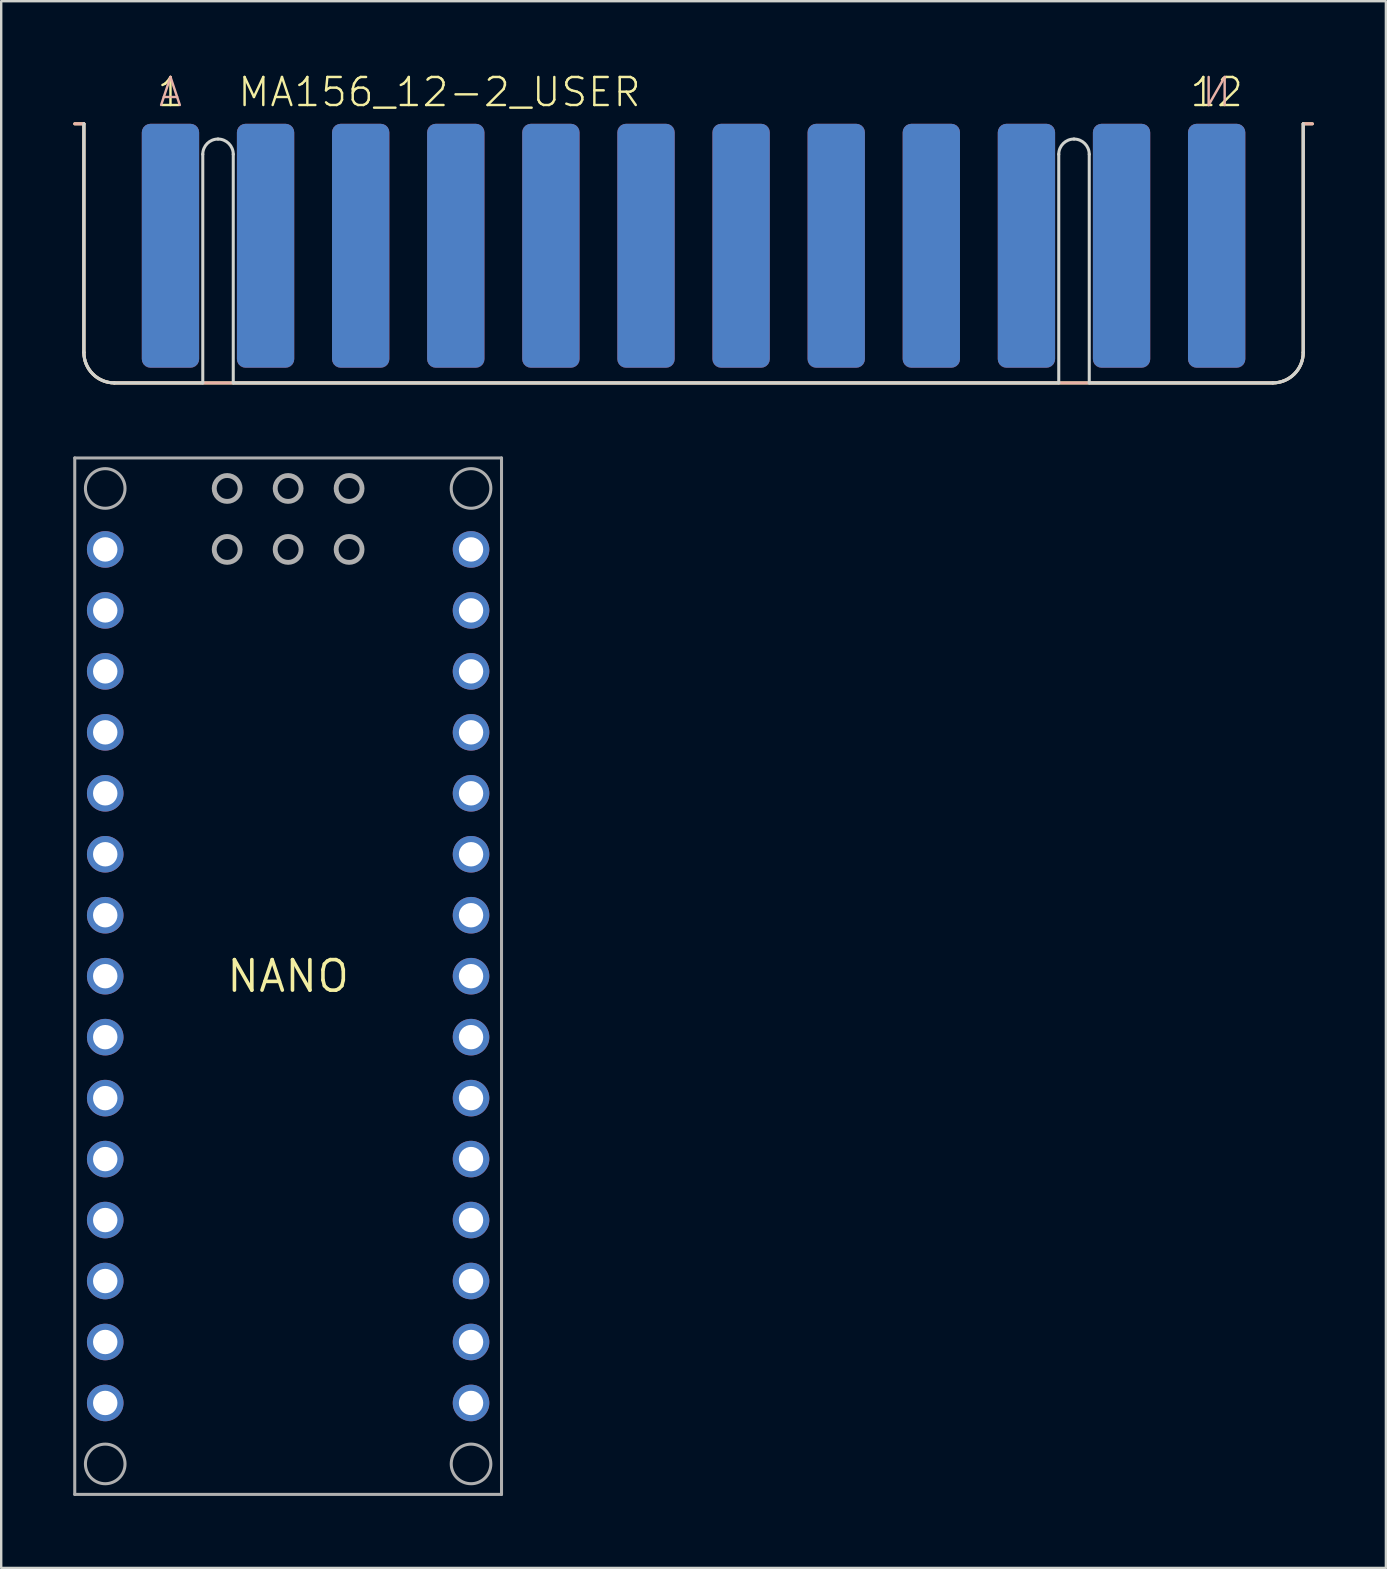
<source format=kicad_pcb>
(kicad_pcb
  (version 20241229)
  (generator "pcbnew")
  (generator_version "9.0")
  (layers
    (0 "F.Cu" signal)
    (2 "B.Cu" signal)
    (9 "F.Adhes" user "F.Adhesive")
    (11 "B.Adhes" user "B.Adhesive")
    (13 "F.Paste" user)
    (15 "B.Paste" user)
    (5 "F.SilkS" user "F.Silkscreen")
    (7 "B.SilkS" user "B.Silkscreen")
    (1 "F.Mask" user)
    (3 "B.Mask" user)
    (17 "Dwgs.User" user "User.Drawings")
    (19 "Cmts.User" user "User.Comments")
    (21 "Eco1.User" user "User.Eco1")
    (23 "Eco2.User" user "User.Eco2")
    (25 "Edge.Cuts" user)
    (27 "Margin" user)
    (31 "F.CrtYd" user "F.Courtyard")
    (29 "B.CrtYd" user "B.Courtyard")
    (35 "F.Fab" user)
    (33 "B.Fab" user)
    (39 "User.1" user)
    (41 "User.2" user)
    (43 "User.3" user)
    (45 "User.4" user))
  (footprint "NANO"
    (layer "F.Cu")
    (at 8.954 37.62)
    (property "Reference" "NANO" (at 0 0 0) (layer "F.SilkS") (effects (font (size 1.27 1.27) (thickness 0.15))))
    (fp_line (start -8.89 -21.59) (end 8.89 -21.59) (stroke (width 0.127) (type solid)) (layer "F.Fab"))
    (fp_line (start -8.89 21.59) (end -8.89 -21.59) (stroke (width 0.127) (type solid)) (layer "F.Fab"))
    (fp_line (start 8.89 -21.59) (end 8.89 21.59) (stroke (width 0.127) (type solid)) (layer "F.Fab"))
    (fp_line (start 8.89 21.59) (end -8.89 21.59) (stroke (width 0.127) (type solid)) (layer "F.Fab"))
    (fp_circle (center -7.62 -20.32) (end -6.795 -20.32) (stroke (width 0.127) (type solid)) (fill no) (layer "F.Fab"))
    (fp_circle (center -7.62 20.32) (end -6.795 20.32) (stroke (width 0.127) (type solid)) (fill no) (layer "F.Fab"))
    (fp_circle (center -2.54 -20.32) (end -2.001 -20.32) (stroke (width 0.203) (type solid)) (fill no) (layer "F.Fab"))
    (fp_circle (center -2.54 -17.78) (end -2.001 -17.78) (stroke (width 0.203) (type solid)) (fill no) (layer "F.Fab"))
    (fp_circle (center 0 -20.32) (end 0.539 -20.32) (stroke (width 0.203) (type solid)) (fill no) (layer "F.Fab"))
    (fp_circle (center 0 -17.78) (end 0.539 -17.78) (stroke (width 0.203) (type solid)) (fill no) (layer "F.Fab"))
    (fp_circle (center 2.54 -20.32) (end 3.079 -20.32) (stroke (width 0.203) (type solid)) (fill no) (layer "F.Fab"))
    (fp_circle (center 2.54 -17.78) (end 3.079 -17.78) (stroke (width 0.203) (type solid)) (fill no) (layer "F.Fab"))
    (fp_circle (center 7.62 -20.32) (end 8.445 -20.32) (stroke (width 0.127) (type solid)) (fill no) (layer "F.Fab"))
    (fp_circle (center 7.62 20.32) (end 8.445 20.32) (stroke (width 0.127) (type solid)) (fill no) (layer "F.Fab"))
    (pad "1" thru_hole circle (at -7.62 -17.78) (size 1.524 1.524) (drill 1.016) (layers "*.Cu" "*.Mask"))
    (pad "2" thru_hole circle (at -7.62 -15.24) (size 1.524 1.524) (drill 1.016) (layers "*.Cu" "*.Mask"))
    (pad "3" thru_hole circle (at -7.62 -12.7) (size 1.524 1.524) (drill 1.016) (layers "*.Cu" "*.Mask"))
    (pad "4" thru_hole circle (at -7.62 -10.16) (size 1.524 1.524) (drill 1.016) (layers "*.Cu" "*.Mask"))
    (pad "5" thru_hole circle (at -7.62 -7.62) (size 1.524 1.524) (drill 1.016) (layers "*.Cu" "*.Mask"))
    (pad "6" thru_hole circle (at -7.62 -5.08) (size 1.524 1.524) (drill 1.016) (layers "*.Cu" "*.Mask"))
    (pad "7" thru_hole circle (at -7.62 -2.54) (size 1.524 1.524) (drill 1.016) (layers "*.Cu" "*.Mask"))
    (pad "8" thru_hole circle (at -7.62 0) (size 1.524 1.524) (drill 1.016) (layers "*.Cu" "*.Mask"))
    (pad "9" thru_hole circle (at -7.62 2.54) (size 1.524 1.524) (drill 1.016) (layers "*.Cu" "*.Mask"))
    (pad "10" thru_hole circle (at -7.62 5.08) (size 1.524 1.524) (drill 1.016) (layers "*.Cu" "*.Mask"))
    (pad "11" thru_hole circle (at -7.62 7.62) (size 1.524 1.524) (drill 1.016) (layers "*.Cu" "*.Mask"))
    (pad "12" thru_hole circle (at -7.62 10.16) (size 1.524 1.524) (drill 1.016) (layers "*.Cu" "*.Mask"))
    (pad "13" thru_hole circle (at -7.62 12.7) (size 1.524 1.524) (drill 1.016) (layers "*.Cu" "*.Mask"))
    (pad "14" thru_hole circle (at -7.62 15.24) (size 1.524 1.524) (drill 1.016) (layers "*.Cu" "*.Mask"))
    (pad "15" thru_hole circle (at -7.62 17.78) (size 1.524 1.524) (drill 1.016) (layers "*.Cu" "*.Mask"))
    (pad "16" thru_hole circle (at 7.62 17.78 180) (size 1.524 1.524) (drill 1.016) (layers "*.Cu" "*.Mask"))
    (pad "17" thru_hole circle (at 7.62 15.24 180) (size 1.524 1.524) (drill 1.016) (layers "*.Cu" "*.Mask"))
    (pad "18" thru_hole circle (at 7.62 12.7 180) (size 1.524 1.524) (drill 1.016) (layers "*.Cu" "*.Mask"))
    (pad "19" thru_hole circle (at 7.62 10.16 180) (size 1.524 1.524) (drill 1.016) (layers "*.Cu" "*.Mask"))
    (pad "20" thru_hole circle (at 7.62 7.62 180) (size 1.524 1.524) (drill 1.016) (layers "*.Cu" "*.Mask"))
    (pad "21" thru_hole circle (at 7.62 5.08 180) (size 1.524 1.524) (drill 1.016) (layers "*.Cu" "*.Mask"))
    (pad "22" thru_hole circle (at 7.62 2.54 180) (size 1.524 1.524) (drill 1.016) (layers "*.Cu" "*.Mask"))
    (pad "23" thru_hole circle (at 7.62 0 180) (size 1.524 1.524) (drill 1.016) (layers "*.Cu" "*.Mask"))
    (pad "24" thru_hole circle (at 7.62 -2.54 180) (size 1.524 1.524) (drill 1.016) (layers "*.Cu" "*.Mask"))
    (pad "25" thru_hole circle (at 7.62 -5.08 180) (size 1.524 1.524) (drill 1.016) (layers "*.Cu" "*.Mask"))
    (pad "26" thru_hole circle (at 7.62 -7.62 180) (size 1.524 1.524) (drill 1.016) (layers "*.Cu" "*.Mask"))
    (pad "27" thru_hole circle (at 7.62 -10.16 180) (size 1.524 1.524) (drill 1.016) (layers "*.Cu" "*.Mask"))
    (pad "28" thru_hole circle (at 7.62 -12.7 180) (size 1.524 1.524) (drill 1.016) (layers "*.Cu" "*.Mask"))
    (pad "29" thru_hole circle (at 7.62 -15.24 180) (size 1.524 1.524) (drill 1.016) (layers "*.Cu" "*.Mask"))
    (pad "30" thru_hole circle (at 7.62 -17.78 180) (size 1.524 1.524) (drill 1.016) (layers "*.Cu" "*.Mask")))
  (footprint "MA156_12-2_USER"
    (layer "F.Cu")
    (at 25.845 7.188)
    (property "Reference" "MA156_12-2_USER" (at -19.05 -5.715 0) (layer "F.SilkS") (effects (font (size 1.168 1.168) (thickness 0.102)) (justify left bottom)))
    (fp_line (start -25.781 -5.08) (end -25.4 -5.08) (stroke (width 0.127) (type solid)) (layer "F.SilkS"))
    (fp_line (start -25.4 4.445) (end -25.4 -5.08) (stroke (width 0.127) (type solid)) (layer "F.SilkS"))
    (fp_line (start -24.13 5.715) (end 24.13 5.715) (stroke (width 0.127) (type solid)) (layer "F.SilkS"))
    (fp_line (start 25.4 -5.08) (end 25.781 -5.08) (stroke (width 0.127) (type solid)) (layer "F.SilkS"))
    (fp_line (start 25.4 4.445) (end 25.4 -5.08) (stroke (width 0.127) (type solid)) (layer "F.SilkS"))
    (fp_arc (start -24.13 5.715) (mid -25.028026 5.343026) (end -25.4 4.445) (stroke (width 0.127) (type solid)) (layer "F.SilkS"))
    (fp_arc (start 25.4 4.445) (mid 25.028026 5.343026) (end 24.13 5.715) (stroke (width 0.127) (type solid)) (layer "F.SilkS"))
    (fp_line (start -25.781 -5.08) (end -25.4 -5.08) (stroke (width 0.127) (type solid)) (layer "B.SilkS"))
    (fp_line (start -25.4 -5.08) (end -25.4 4.445) (stroke (width 0.127) (type solid)) (layer "B.SilkS"))
    (fp_line (start -24.13 5.715) (end 24.13 5.715) (stroke (width 0.127) (type solid)) (layer "B.SilkS"))
    (fp_line (start 25.4 -5.08) (end 25.781 -5.08) (stroke (width 0.127) (type solid)) (layer "B.SilkS"))
    (fp_line (start 25.4 4.445) (end 25.4 -5.08) (stroke (width 0.127) (type solid)) (layer "B.SilkS"))
    (fp_arc (start -24.13 5.715) (mid -25.028026 5.343026) (end -25.4 4.445) (stroke (width 0.127) (type solid)) (layer "B.SilkS"))
    (fp_arc (start 25.4 4.445) (mid 25.028026 5.343026) (end 24.13 5.715) (stroke (width 0.127) (type solid)) (layer "B.SilkS"))
    (fp_line (start -25.4 -5.08) (end -25.4 4.445) (stroke (width 0.127) (type solid)) (layer "Edge.Cuts"))
    (fp_line (start -24.13 5.715) (end -20.447 5.715) (stroke (width 0.127) (type solid)) (layer "Edge.Cuts"))
    (fp_line (start -20.447 5.715) (end -20.447 -3.81) (stroke (width 0.127) (type solid)) (layer "Edge.Cuts"))
    (fp_line (start -19.177 5.715) (end -19.177 -3.81) (stroke (width 0.127) (type solid)) (layer "Edge.Cuts"))
    (fp_line (start -19.177 5.715) (end 15.215 5.715) (stroke (width 0.127) (type solid)) (layer "Edge.Cuts"))
    (fp_line (start 15.215 5.715) (end 15.215 -3.81) (stroke (width 0.127) (type solid)) (layer "Edge.Cuts"))
    (fp_line (start 16.485 5.715) (end 16.485 -3.81) (stroke (width 0.127) (type solid)) (layer "Edge.Cuts"))
    (fp_line (start 16.485 5.715) (end 24.13 5.715) (stroke (width 0.127) (type solid)) (layer "Edge.Cuts"))
    (fp_line (start 25.4 4.445) (end 25.4 -5.08) (stroke (width 0.127) (type solid)) (layer "Edge.Cuts"))
    (fp_arc (start -24.13 5.715) (mid -25.028026 5.343026) (end -25.4 4.445) (stroke (width 0.127) (type solid)) (layer "Edge.Cuts"))
    (fp_arc (start -20.447 -3.81) (mid -20.261013 -4.259013) (end -19.812 -4.445) (stroke (width 0.127) (type solid)) (layer "Edge.Cuts"))
    (fp_arc (start -19.812 -4.445) (mid -19.362987 -4.259013) (end -19.177 -3.81) (stroke (width 0.127) (type solid)) (layer "Edge.Cuts"))
    (fp_arc (start 15.2146 -3.81) (mid 15.400587 -4.259013) (end 15.8496 -4.445) (stroke (width 0.127) (type solid)) (layer "Edge.Cuts"))
    (fp_arc (start 15.8496 -4.445) (mid 16.298613 -4.259013) (end 16.4846 -3.81) (stroke (width 0.127) (type solid)) (layer "Edge.Cuts"))
    (fp_arc (start 25.4 4.445) (mid 25.028026 5.343026) (end 24.13 5.715) (stroke (width 0.127) (type solid)) (layer "Edge.Cuts"))
    (fp_text user "12" (at 21.793 -5.715 0) (layer "F.SilkS") (effects (font (size 1.168 1.168) (thickness 0.102)) (justify bottom)))
    (fp_text user "1" (at -21.793 -5.715 0) (layer "F.SilkS") (effects (font (size 1.168 1.168) (thickness 0.102)) (justify bottom)))
    (fp_text user "A" (at -21.793 -5.715 0) (layer "B.SilkS") (effects (font (size 1.168 1.168) (thickness 0.102)) (justify bottom mirror)))
    (fp_text user "N" (at 21.793 -5.715 0) (layer "B.SilkS") (effects (font (size 1.168 1.168) (thickness 0.102)) (justify bottom mirror)))
    (pad "1" smd roundrect (at -21.793 0) (size 2.388 10.16) (layers "F.Cu" "F.Mask" "F.Paste") (roundrect_rratio 0.15))
    (pad "2" smd roundrect (at -17.831 0) (size 2.388 10.16) (layers "F.Cu" "F.Mask" "F.Paste") (roundrect_rratio 0.15))
    (pad "3" smd roundrect (at -13.868 0) (size 2.388 10.16) (layers "F.Cu" "F.Mask" "F.Paste") (roundrect_rratio 0.15))
    (pad "4" smd roundrect (at -9.906 0) (size 2.388 10.16) (layers "F.Cu" "F.Mask" "F.Paste") (roundrect_rratio 0.15))
    (pad "5" smd roundrect (at -5.944 0) (size 2.388 10.16) (layers "F.Cu" "F.Mask" "F.Paste") (roundrect_rratio 0.15))
    (pad "6" smd roundrect (at -1.981 0) (size 2.388 10.16) (layers "F.Cu" "F.Mask" "F.Paste") (roundrect_rratio 0.15))
    (pad "7" smd roundrect (at 1.981 0) (size 2.388 10.16) (layers "F.Cu" "F.Mask" "F.Paste") (roundrect_rratio 0.15))
    (pad "8" smd roundrect (at 5.944 0) (size 2.388 10.16) (layers "F.Cu" "F.Mask" "F.Paste") (roundrect_rratio 0.15))
    (pad "9" smd roundrect (at 9.906 0) (size 2.388 10.16) (layers "F.Cu" "F.Mask" "F.Paste") (roundrect_rratio 0.15))
    (pad "10" smd roundrect (at 13.868 0) (size 2.388 10.16) (layers "F.Cu" "F.Mask" "F.Paste") (roundrect_rratio 0.15))
    (pad "11" smd roundrect (at 17.831 0) (size 2.388 10.16) (layers "F.Cu" "F.Mask" "F.Paste") (roundrect_rratio 0.15))
    (pad "12" smd roundrect (at 21.793 0) (size 2.388 10.16) (layers "F.Cu" "F.Mask" "F.Paste") (roundrect_rratio 0.15))
    (pad "A" smd roundrect (at -21.793 0) (size 2.388 10.16) (layers "B.Cu" "B.Mask" "B.Paste") (roundrect_rratio 0.15))
    (pad "B" smd roundrect (at -17.831 0) (size 2.388 10.16) (layers "B.Cu" "B.Mask" "B.Paste") (roundrect_rratio 0.15))
    (pad "C" smd roundrect (at -13.868 0) (size 2.388 10.16) (layers "B.Cu" "B.Mask" "B.Paste") (roundrect_rratio 0.15))
    (pad "D" smd roundrect (at -9.906 0) (size 2.388 10.16) (layers "B.Cu" "B.Mask" "B.Paste") (roundrect_rratio 0.15))
    (pad "E" smd roundrect (at -5.944 0) (size 2.388 10.16) (layers "B.Cu" "B.Mask" "B.Paste") (roundrect_rratio 0.15))
    (pad "F" smd roundrect (at -1.981 0) (size 2.388 10.16) (layers "B.Cu" "B.Mask" "B.Paste") (roundrect_rratio 0.15))
    (pad "H" smd roundrect (at 1.981 0) (size 2.388 10.16) (layers "B.Cu" "B.Mask" "B.Paste") (roundrect_rratio 0.15))
    (pad "J" smd roundrect (at 5.944 0) (size 2.388 10.16) (layers "B.Cu" "B.Mask" "B.Paste") (roundrect_rratio 0.15))
    (pad "K" smd roundrect (at 9.906 0) (size 2.388 10.16) (layers "B.Cu" "B.Mask" "B.Paste") (roundrect_rratio 0.15))
    (pad "L" smd roundrect (at 13.868 0) (size 2.388 10.16) (layers "B.Cu" "B.Mask" "B.Paste") (roundrect_rratio 0.15))
    (pad "M" smd roundrect (at 17.831 0) (size 2.388 10.16) (layers "B.Cu" "B.Mask" "B.Paste") (roundrect_rratio 0.15))
    (pad "N" smd roundrect (at 21.793 0) (size 2.388 10.16) (layers "B.Cu" "B.Mask" "B.Paste") (roundrect_rratio 0.15)))
  (gr_rect
    (start -3 -3)
    (end 54.689 62.274)
    (stroke (width 0.1) (type default))
    (fill no)
    (layer "Edge.Cuts")))
</source>
